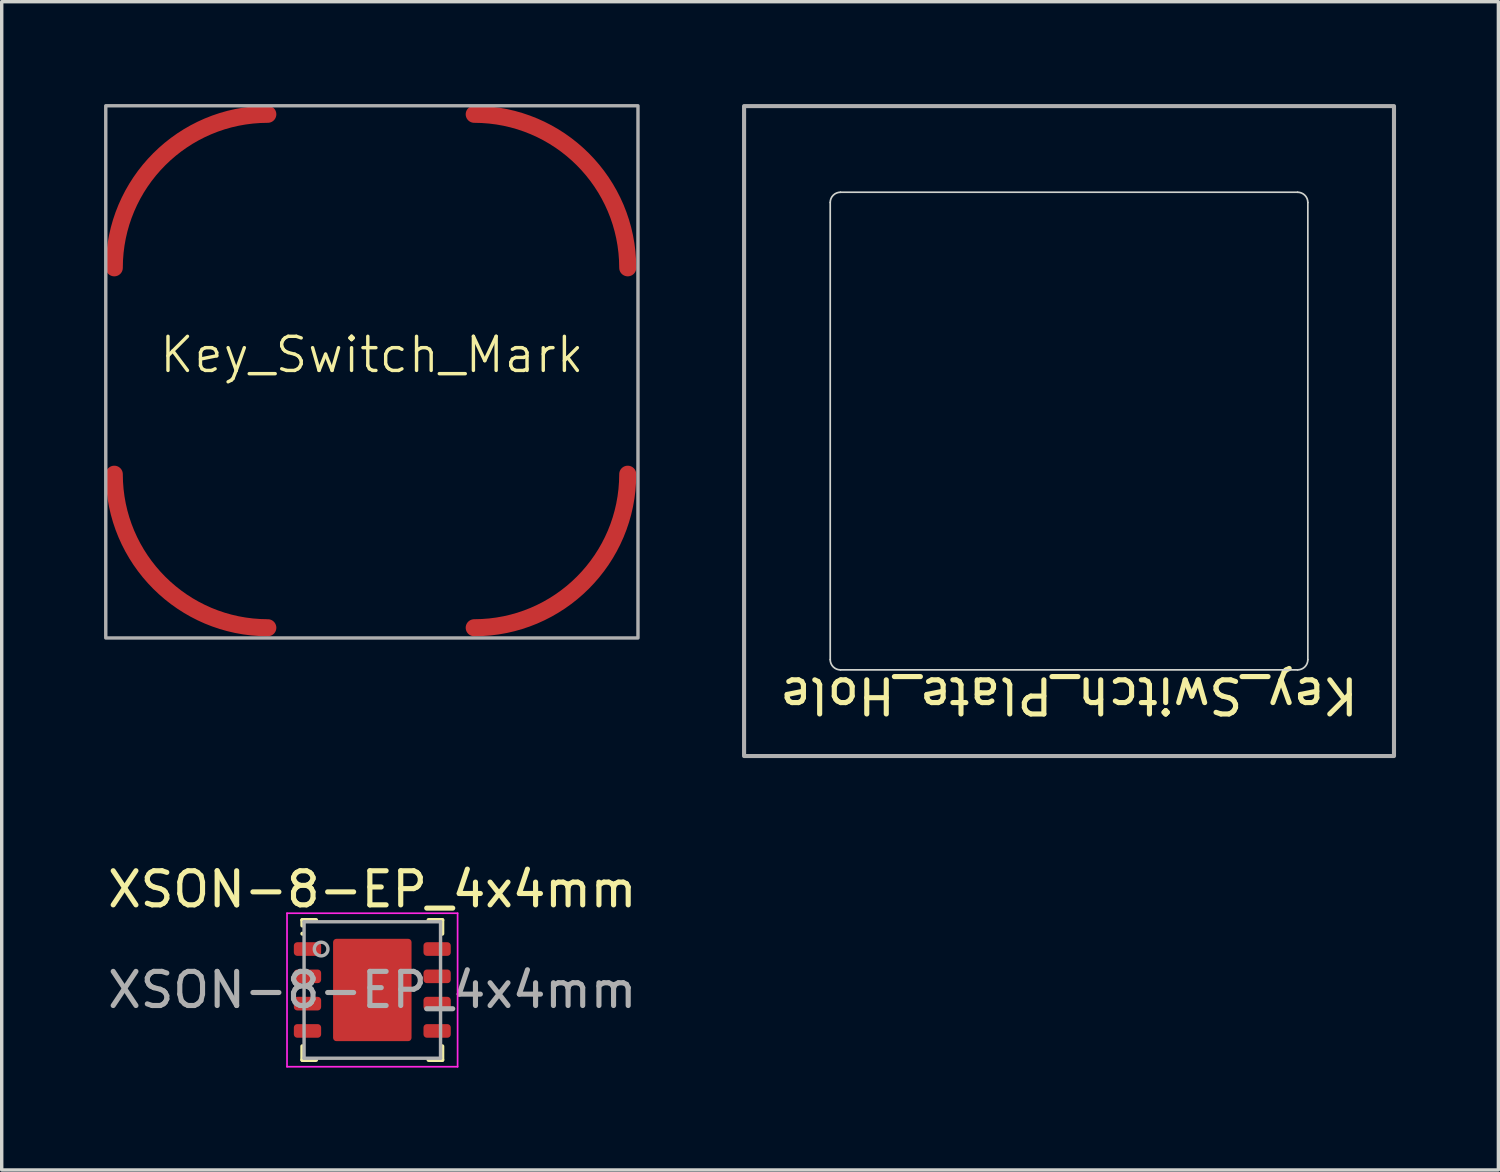
<source format=kicad_pcb>
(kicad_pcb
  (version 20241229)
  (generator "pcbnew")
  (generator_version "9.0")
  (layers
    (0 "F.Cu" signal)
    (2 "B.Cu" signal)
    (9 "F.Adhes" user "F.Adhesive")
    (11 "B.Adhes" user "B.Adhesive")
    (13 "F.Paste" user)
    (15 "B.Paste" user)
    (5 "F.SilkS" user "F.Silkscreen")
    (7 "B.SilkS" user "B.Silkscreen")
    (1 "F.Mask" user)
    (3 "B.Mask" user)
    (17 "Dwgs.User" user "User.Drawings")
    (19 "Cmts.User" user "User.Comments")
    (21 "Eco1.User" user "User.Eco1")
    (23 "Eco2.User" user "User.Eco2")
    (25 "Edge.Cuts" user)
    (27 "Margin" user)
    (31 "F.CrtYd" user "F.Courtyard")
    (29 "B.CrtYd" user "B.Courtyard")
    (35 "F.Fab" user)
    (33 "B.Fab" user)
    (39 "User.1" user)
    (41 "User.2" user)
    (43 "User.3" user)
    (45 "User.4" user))
  (footprint "XSON-8-EP_4x4mm"
    (layer "F.Cu")
    (at 7.863 25.968)
    (property "Reference" "XSON-8-EP_4x4mm" (at 0 -2.95 0) (layer "F.SilkS") (effects (font (size 1 1) (thickness 0.15))))
    (attr smd)
    (fp_line (start -2.05 -2.05) (end -2.05 -1.89) (stroke (width 0.12) (type default)) (layer "F.SilkS"))
    (fp_line (start -2.05 -2.05) (end -1.65 -2.05) (stroke (width 0.12) (type default)) (layer "F.SilkS"))
    (fp_line (start -2.05 -1.65) (end -2.05 -1.65) (stroke (width 0.12) (type default)) (layer "F.SilkS"))
    (fp_line (start -2.05 2.05) (end -2.05 1.65) (stroke (width 0.12) (type default)) (layer "F.SilkS"))
    (fp_line (start -2.05 2.05) (end -1.65 2.05) (stroke (width 0.12) (type default)) (layer "F.SilkS"))
    (fp_line (start 2.05 -2.05) (end 1.65 -2.05) (stroke (width 0.12) (type default)) (layer "F.SilkS"))
    (fp_line (start 2.05 -2.05) (end 2.05 -1.65) (stroke (width 0.12) (type default)) (layer "F.SilkS"))
    (fp_line (start 2.05 1.65) (end 2.05 2.05) (stroke (width 0.12) (type default)) (layer "F.SilkS"))
    (fp_line (start 2.05 2.05) (end 1.65 2.05) (stroke (width 0.12) (type default)) (layer "F.SilkS"))
    (fp_line (start -2.5 -2.25) (end -2.5 2.25) (stroke (width 0.05) (type solid)) (layer "F.CrtYd"))
    (fp_line (start -2.5 2.25) (end 2.5 2.25) (stroke (width 0.05) (type solid)) (layer "F.CrtYd"))
    (fp_line (start 2.5 -2.25) (end -2.5 -2.25) (stroke (width 0.05) (type solid)) (layer "F.CrtYd"))
    (fp_line (start 2.5 2.25) (end 2.5 -2.25) (stroke (width 0.05) (type solid)) (layer "F.CrtYd"))
    (fp_line (start -2 -2) (end 2 -2) (stroke (width 0.1) (type solid)) (layer "F.Fab"))
    (fp_line (start -2 2) (end -2 -2) (stroke (width 0.1) (type solid)) (layer "F.Fab"))
    (fp_line (start 2 -2) (end 2 2) (stroke (width 0.1) (type solid)) (layer "F.Fab"))
    (fp_line (start 2 2) (end -2 2) (stroke (width 0.1) (type solid)) (layer "F.Fab"))
    (fp_circle (center -1.5 -1.2) (end -1.3 -1.2) (stroke (width 0.1) (type solid)) (fill no) (layer "F.Fab"))
    (fp_text user "${REFERENCE}" (at 0 0 0) (layer "F.Fab") (effects (font (size 1 1) (thickness 0.15))))
    (pad "1" smd roundrect (at -1.9 -1.2) (size 0.8 0.4) (layers "F.Cu" "F.Mask" "F.Paste") (roundrect_rratio 0.25))
    (pad "2" smd roundrect (at -1.9 -0.4) (size 0.8 0.4) (layers "F.Cu" "F.Mask" "F.Paste") (roundrect_rratio 0.25))
    (pad "3" smd roundrect (at -1.9 0.4) (size 0.8 0.4) (layers "F.Cu" "F.Mask" "F.Paste") (roundrect_rratio 0.25))
    (pad "4" smd roundrect (at -1.9 1.2) (size 0.8 0.4) (layers "F.Cu" "F.Mask" "F.Paste") (roundrect_rratio 0.25))
    (pad "5" smd roundrect (at 1.9 1.2) (size 0.8 0.4) (layers "F.Cu" "F.Mask" "F.Paste") (roundrect_rratio 0.25))
    (pad "6" smd roundrect (at 1.9 0.4) (size 0.8 0.4) (layers "F.Cu" "F.Mask" "F.Paste") (roundrect_rratio 0.25))
    (pad "7" smd roundrect (at 1.9 -0.4) (size 0.8 0.4) (layers "F.Cu" "F.Mask" "F.Paste") (roundrect_rratio 0.25))
    (pad "8" smd roundrect (at 1.9 -1.2) (size 0.8 0.4) (layers "F.Cu" "F.Mask" "F.Paste") (roundrect_rratio 0.25))
    (pad "9" smd roundrect (at 0 0) (size 2.3 3) (layers "F.Cu" "F.Mask" "F.Paste") (roundrect_rratio 0.043)))
  (footprint "Key_Switch_Mark"
    (layer "F.Cu")
    (at 7.85 7.85)
    (property "Reference" "Key_Switch_Mark" (at 0 -0.5 0) (unlocked yes) (layer "F.SilkS") (effects (font (size 1 1) (thickness 0.1))))
    (fp_arc (start -7.55 -3.05) (mid -6.231981 -6.231981) (end -3.05 -7.55) (stroke (width 0.5) (type default)) (layer "F.Cu"))
    (fp_arc (start -3.05 7.5) (mid -6.231981 6.181981) (end -7.55 3) (stroke (width 0.5) (type default)) (layer "F.Cu"))
    (fp_arc (start 3 -7.55) (mid 6.181981 -6.231981) (end 7.5 -3.05) (stroke (width 0.5) (type default)) (layer "F.Cu"))
    (fp_arc (start 7.5 3) (mid 6.181981 6.181981) (end 3 7.5) (stroke (width 0.5) (type default)) (layer "F.Cu"))
    (fp_arc (start -7.55 -3.05) (mid -6.231981 -6.231981) (end -3.05 -7.55) (stroke (width 0.5) (type default)) (layer "F.Mask"))
    (fp_arc (start -3.05 7.5) (mid -6.231981 6.181981) (end -7.55 3) (stroke (width 0.5) (type default)) (layer "F.Mask"))
    (fp_arc (start 3 -7.55) (mid 6.181981 -6.231981) (end 7.5 -3.05) (stroke (width 0.5) (type default)) (layer "F.Mask"))
    (fp_arc (start 7.5 3) (mid 6.181981 6.181981) (end 3 7.5) (stroke (width 0.5) (type default)) (layer "F.Mask"))
    (fp_rect (start -7.8 -7.8) (end 7.8 7.8) (stroke (width 0.1) (type default)) (fill no) (layer "F.Fab")))
  (footprint "Key_Switch_Plate_Hole"
    (layer "F.Cu")
    (at 27.65 13.395)
    (property "Reference" "Key_Switch_Plate_Hole" (at 0.635 3.937 180) (unlocked yes) (layer "F.SilkS") (effects (font (size 1 1) (thickness 0.15))))
    (attr smd)
    (fp_line (start -6.365 2.89) (end -6.365 -10.51) (stroke (width 0.05) (type default)) (layer "Edge.Cuts"))
    (fp_line (start -6.065 -10.81) (end 7.335 -10.81) (stroke (width 0.05) (type default)) (layer "Edge.Cuts"))
    (fp_line (start 7.335 3.19) (end -6.065 3.19) (stroke (width 0.05) (type default)) (layer "Edge.Cuts"))
    (fp_line (start 7.635 -10.51) (end 7.635 2.89) (stroke (width 0.05) (type default)) (layer "Edge.Cuts"))
    (fp_arc (start -6.365 -10.51) (mid -6.277132 -10.722132) (end -6.065 -10.81) (stroke (width 0.05) (type default)) (layer "Edge.Cuts"))
    (fp_arc (start -6.065 3.19) (mid -6.277132 3.102132) (end -6.365 2.89) (stroke (width 0.05) (type default)) (layer "Edge.Cuts"))
    (fp_arc (start 7.335 -10.81) (mid 7.547132 -10.722132) (end 7.635 -10.51) (stroke (width 0.05) (type default)) (layer "Edge.Cuts"))
    (fp_arc (start 7.635 2.89) (mid 7.547132 3.102132) (end 7.335 3.19) (stroke (width 0.05) (type default)) (layer "Edge.Cuts"))
    (fp_rect (start 10.16 5.715) (end -8.89 -13.335) (stroke (width 0.12) (type default)) (fill no) (layer "F.Fab")))
  (gr_rect
    (start -3 -3)
    (end 40.87 31.243)
    (stroke (width 0.1) (type default))
    (fill no)
    (layer "Edge.Cuts")))
</source>
